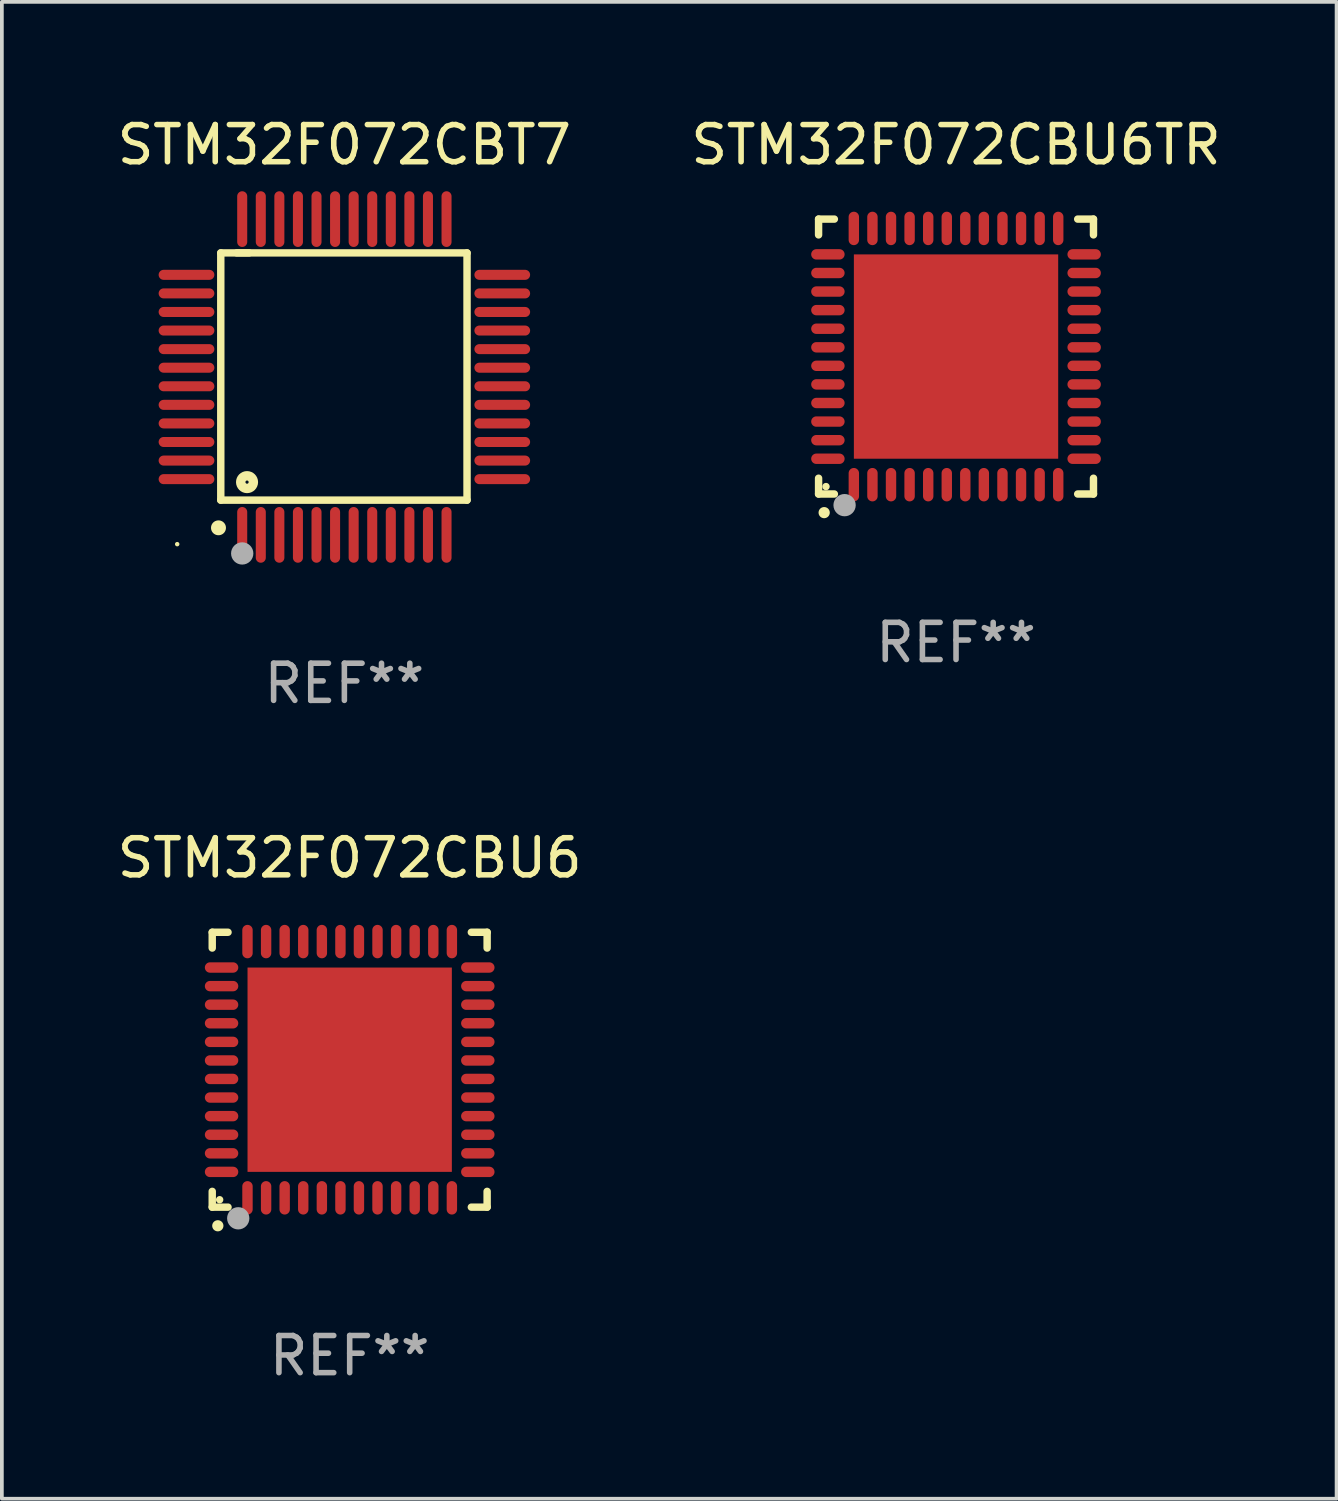
<source format=kicad_pcb>
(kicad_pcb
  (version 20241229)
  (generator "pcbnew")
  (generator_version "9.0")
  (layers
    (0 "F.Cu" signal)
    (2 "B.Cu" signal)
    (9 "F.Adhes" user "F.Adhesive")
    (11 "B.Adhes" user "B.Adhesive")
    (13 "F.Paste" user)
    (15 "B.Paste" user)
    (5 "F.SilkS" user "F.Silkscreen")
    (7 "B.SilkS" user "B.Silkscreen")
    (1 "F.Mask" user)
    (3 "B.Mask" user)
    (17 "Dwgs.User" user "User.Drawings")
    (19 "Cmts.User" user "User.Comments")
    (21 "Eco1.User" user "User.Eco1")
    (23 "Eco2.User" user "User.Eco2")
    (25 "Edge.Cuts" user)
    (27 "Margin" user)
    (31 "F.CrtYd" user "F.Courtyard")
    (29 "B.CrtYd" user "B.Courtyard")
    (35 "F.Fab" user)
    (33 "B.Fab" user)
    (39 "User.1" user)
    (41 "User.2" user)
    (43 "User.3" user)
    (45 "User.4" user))
  (footprint "STM32F072CBT7"
    (layer "F.Cu")
    (at 6.22 7.098)
    (property "Reference" "STM32F072CBT7" (at 0 -6.25 0) (layer "F.SilkS") (effects (font (size 1 1) (thickness 0.15))))
    (attr through_hole)
    (fp_line (start -3.327 -3.34) (end -2.565 -3.34) (stroke (width 0.2) (type solid)) (layer "F.SilkS"))
    (fp_line (start -3.327 3.315) (end -3.327 -3.34) (stroke (width 0.2) (type solid)) (layer "F.SilkS"))
    (fp_line (start -2.896 -3.34) (end 3.302 -3.34) (stroke (width 0.2) (type solid)) (layer "F.SilkS"))
    (fp_line (start 3.302 -3.34) (end 3.302 3.315) (stroke (width 0.2) (type solid)) (layer "F.SilkS"))
    (fp_line (start 3.302 3.315) (end -3.327 3.315) (stroke (width 0.2) (type solid)) (layer "F.SilkS"))
    (fp_arc (start -3.389992 4.059995) (mid -3.388722 4.059991) (end -3.387452 4.059995) (stroke (width 0.4) (type solid)) (layer "F.SilkS"))
    (fp_circle (center -4.5 4.5) (end -4.47 4.5) (stroke (width 0.06) (type solid)) (fill no) (layer "F.SilkS"))
    (fp_circle (center -2.62 2.83) (end -2.45 2.83) (stroke (width 0.254) (type solid)) (fill no) (layer "F.SilkS"))
    (fp_circle (center -2.75 4.75) (end -2.6 4.75) (stroke (width 0.3) (type solid)) (fill no) (layer "F.Fab"))
    (fp_text user "REF**" (at 0 8.25 0) (layer "F.Fab") (effects (font (size 1 1) (thickness 0.15))))
    (pad "1" smd oval (at -2.75 4.25) (size 0.27 1.5) (layers "F.Cu" "F.Mask" "F.Paste"))
    (pad "2" smd oval (at -2.25 4.25) (size 0.27 1.5) (layers "F.Cu" "F.Mask" "F.Paste"))
    (pad "3" smd oval (at -1.75 4.25) (size 0.27 1.5) (layers "F.Cu" "F.Mask" "F.Paste"))
    (pad "4" smd oval (at -1.25 4.25) (size 0.27 1.5) (layers "F.Cu" "F.Mask" "F.Paste"))
    (pad "5" smd oval (at -0.75 4.25) (size 0.27 1.5) (layers "F.Cu" "F.Mask" "F.Paste"))
    (pad "6" smd oval (at -0.25 4.25) (size 0.27 1.5) (layers "F.Cu" "F.Mask" "F.Paste"))
    (pad "7" smd oval (at 0.25 4.25) (size 0.27 1.5) (layers "F.Cu" "F.Mask" "F.Paste"))
    (pad "8" smd oval (at 0.75 4.25) (size 0.27 1.5) (layers "F.Cu" "F.Mask" "F.Paste"))
    (pad "9" smd oval (at 1.25 4.25) (size 0.27 1.5) (layers "F.Cu" "F.Mask" "F.Paste"))
    (pad "10" smd oval (at 1.75 4.25) (size 0.27 1.5) (layers "F.Cu" "F.Mask" "F.Paste"))
    (pad "11" smd oval (at 2.25 4.25) (size 0.27 1.5) (layers "F.Cu" "F.Mask" "F.Paste"))
    (pad "12" smd oval (at 2.75 4.25) (size 0.27 1.5) (layers "F.Cu" "F.Mask" "F.Paste"))
    (pad "13" smd oval (at 4.25 2.75) (size 1.5 0.27) (layers "F.Cu" "F.Mask" "F.Paste"))
    (pad "14" smd oval (at 4.25 2.25) (size 1.5 0.27) (layers "F.Cu" "F.Mask" "F.Paste"))
    (pad "15" smd oval (at 4.25 1.75) (size 1.5 0.27) (layers "F.Cu" "F.Mask" "F.Paste"))
    (pad "16" smd oval (at 4.25 1.25) (size 1.5 0.27) (layers "F.Cu" "F.Mask" "F.Paste"))
    (pad "17" smd oval (at 4.25 0.75) (size 1.5 0.27) (layers "F.Cu" "F.Mask" "F.Paste"))
    (pad "18" smd oval (at 4.25 0.25) (size 1.5 0.27) (layers "F.Cu" "F.Mask" "F.Paste"))
    (pad "19" smd oval (at 4.25 -0.25) (size 1.5 0.27) (layers "F.Cu" "F.Mask" "F.Paste"))
    (pad "20" smd oval (at 4.25 -0.75) (size 1.5 0.27) (layers "F.Cu" "F.Mask" "F.Paste"))
    (pad "21" smd oval (at 4.25 -1.25) (size 1.5 0.27) (layers "F.Cu" "F.Mask" "F.Paste"))
    (pad "22" smd oval (at 4.25 -1.75) (size 1.5 0.27) (layers "F.Cu" "F.Mask" "F.Paste"))
    (pad "23" smd oval (at 4.25 -2.25) (size 1.5 0.27) (layers "F.Cu" "F.Mask" "F.Paste"))
    (pad "24" smd oval (at 4.25 -2.75) (size 1.5 0.27) (layers "F.Cu" "F.Mask" "F.Paste"))
    (pad "25" smd oval (at 2.75 -4.25) (size 0.27 1.5) (layers "F.Cu" "F.Mask" "F.Paste"))
    (pad "26" smd oval (at 2.25 -4.25) (size 0.27 1.5) (layers "F.Cu" "F.Mask" "F.Paste"))
    (pad "27" smd oval (at 1.75 -4.25) (size 0.27 1.5) (layers "F.Cu" "F.Mask" "F.Paste"))
    (pad "28" smd oval (at 1.25 -4.25) (size 0.27 1.5) (layers "F.Cu" "F.Mask" "F.Paste"))
    (pad "29" smd oval (at 0.75 -4.25) (size 0.27 1.5) (layers "F.Cu" "F.Mask" "F.Paste"))
    (pad "30" smd oval (at 0.25 -4.25) (size 0.27 1.5) (layers "F.Cu" "F.Mask" "F.Paste"))
    (pad "31" smd oval (at -0.25 -4.25) (size 0.27 1.5) (layers "F.Cu" "F.Mask" "F.Paste"))
    (pad "32" smd oval (at -0.75 -4.25) (size 0.27 1.5) (layers "F.Cu" "F.Mask" "F.Paste"))
    (pad "33" smd oval (at -1.25 -4.25) (size 0.27 1.5) (layers "F.Cu" "F.Mask" "F.Paste"))
    (pad "34" smd oval (at -1.75 -4.25) (size 0.27 1.5) (layers "F.Cu" "F.Mask" "F.Paste"))
    (pad "35" smd oval (at -2.25 -4.25) (size 0.27 1.5) (layers "F.Cu" "F.Mask" "F.Paste"))
    (pad "36" smd oval (at -2.75 -4.25) (size 0.27 1.5) (layers "F.Cu" "F.Mask" "F.Paste"))
    (pad "37" smd oval (at -4.25 -2.75) (size 1.5 0.27) (layers "F.Cu" "F.Mask" "F.Paste"))
    (pad "38" smd oval (at -4.25 -2.25) (size 1.5 0.27) (layers "F.Cu" "F.Mask" "F.Paste"))
    (pad "39" smd oval (at -4.25 -1.75) (size 1.5 0.27) (layers "F.Cu" "F.Mask" "F.Paste"))
    (pad "40" smd oval (at -4.25 -1.25) (size 1.5 0.27) (layers "F.Cu" "F.Mask" "F.Paste"))
    (pad "41" smd oval (at -4.25 -0.75) (size 1.5 0.27) (layers "F.Cu" "F.Mask" "F.Paste"))
    (pad "42" smd oval (at -4.25 -0.25) (size 1.5 0.27) (layers "F.Cu" "F.Mask" "F.Paste"))
    (pad "43" smd oval (at -4.25 0.25) (size 1.5 0.27) (layers "F.Cu" "F.Mask" "F.Paste"))
    (pad "44" smd oval (at -4.25 0.75) (size 1.5 0.27) (layers "F.Cu" "F.Mask" "F.Paste"))
    (pad "45" smd oval (at -4.25 1.25) (size 1.5 0.27) (layers "F.Cu" "F.Mask" "F.Paste"))
    (pad "46" smd oval (at -4.25 1.75) (size 1.5 0.27) (layers "F.Cu" "F.Mask" "F.Paste"))
    (pad "47" smd oval (at -4.25 2.25) (size 1.5 0.27) (layers "F.Cu" "F.Mask" "F.Paste"))
    (pad "48" smd oval (at -4.25 2.75) (size 1.5 0.27) (layers "F.Cu" "F.Mask" "F.Paste")))
  (footprint "STM32F072CBU6"
    (layer "F.Cu")
    (at 6.363 25.745)
    (property "Reference" "STM32F072CBU6" (at 0 -5.7 0) (layer "F.SilkS") (effects (font (size 1 1) (thickness 0.15))))
    (attr through_hole)
    (fp_line (start -3.7 -3.7) (end -3.275 -3.7) (stroke (width 0.2) (type solid)) (layer "F.SilkS"))
    (fp_line (start -3.7 -3.275) (end -3.7 -3.7) (stroke (width 0.2) (type solid)) (layer "F.SilkS"))
    (fp_line (start -3.7 3.7) (end -3.7 3.275) (stroke (width 0.2) (type solid)) (layer "F.SilkS"))
    (fp_line (start -3.275 3.7) (end -3.7 3.7) (stroke (width 0.2) (type solid)) (layer "F.SilkS"))
    (fp_line (start 3.7 -3.7) (end 3.275 -3.7) (stroke (width 0.2) (type solid)) (layer "F.SilkS"))
    (fp_line (start 3.7 -3.275) (end 3.7 -3.7) (stroke (width 0.2) (type solid)) (layer "F.SilkS"))
    (fp_line (start 3.7 3.275) (end 3.7 3.7) (stroke (width 0.2) (type solid)) (layer "F.SilkS"))
    (fp_line (start 3.7 3.7) (end 3.275 3.7) (stroke (width 0.2) (type solid)) (layer "F.SilkS"))
    (fp_arc (start -3.550927 4.201168) (mid -3.549657 4.201163) (end -3.548387 4.201168) (stroke (width 0.3) (type solid)) (layer "F.SilkS"))
    (fp_circle (center -3.5 3.5) (end -3.45 3.5) (stroke (width 0.1) (type solid)) (fill no) (layer "F.SilkS"))
    (fp_circle (center -3 4) (end -2.85 4) (stroke (width 0.3) (type solid)) (fill no) (layer "F.Fab"))
    (fp_text user "REF**" (at 0 7.7 0) (layer "F.Fab") (effects (font (size 1 1) (thickness 0.15))))
    (pad "1" smd oval (at -2.751 3.449) (size 0.28 0.9) (layers "F.Cu" "F.Mask" "F.Paste"))
    (pad "2" smd oval (at -2.25 3.449) (size 0.28 0.9) (layers "F.Cu" "F.Mask" "F.Paste"))
    (pad "3" smd oval (at -1.75 3.449) (size 0.28 0.9) (layers "F.Cu" "F.Mask" "F.Paste"))
    (pad "4" smd oval (at -1.25 3.449) (size 0.28 0.9) (layers "F.Cu" "F.Mask" "F.Paste"))
    (pad "5" smd oval (at -0.749 3.449) (size 0.28 0.9) (layers "F.Cu" "F.Mask" "F.Paste"))
    (pad "6" smd oval (at -0.249 3.449) (size 0.28 0.9) (layers "F.Cu" "F.Mask" "F.Paste"))
    (pad "7" smd oval (at 0.249 3.449) (size 0.28 0.9) (layers "F.Cu" "F.Mask" "F.Paste"))
    (pad "8" smd oval (at 0.749 3.449) (size 0.28 0.9) (layers "F.Cu" "F.Mask" "F.Paste"))
    (pad "9" smd oval (at 1.25 3.449) (size 0.28 0.9) (layers "F.Cu" "F.Mask" "F.Paste"))
    (pad "10" smd oval (at 1.75 3.449) (size 0.28 0.9) (layers "F.Cu" "F.Mask" "F.Paste"))
    (pad "11" smd oval (at 2.251 3.449) (size 0.28 0.9) (layers "F.Cu" "F.Mask" "F.Paste"))
    (pad "12" smd oval (at 2.751 3.449) (size 0.28 0.9) (layers "F.Cu" "F.Mask" "F.Paste"))
    (pad "13" smd oval (at 3.449 2.751) (size 0.9 0.28) (layers "F.Cu" "F.Mask" "F.Paste"))
    (pad "14" smd oval (at 3.449 2.251) (size 0.9 0.28) (layers "F.Cu" "F.Mask" "F.Paste"))
    (pad "15" smd oval (at 3.449 1.75) (size 0.9 0.28) (layers "F.Cu" "F.Mask" "F.Paste"))
    (pad "16" smd oval (at 3.449 1.25) (size 0.9 0.28) (layers "F.Cu" "F.Mask" "F.Paste"))
    (pad "17" smd oval (at 3.449 0.749) (size 0.9 0.28) (layers "F.Cu" "F.Mask" "F.Paste"))
    (pad "18" smd oval (at 3.449 0.249) (size 0.9 0.28) (layers "F.Cu" "F.Mask" "F.Paste"))
    (pad "19" smd oval (at 3.449 -0.249) (size 0.9 0.28) (layers "F.Cu" "F.Mask" "F.Paste"))
    (pad "20" smd oval (at 3.449 -0.749) (size 0.9 0.28) (layers "F.Cu" "F.Mask" "F.Paste"))
    (pad "21" smd oval (at 3.449 -1.25) (size 0.9 0.28) (layers "F.Cu" "F.Mask" "F.Paste"))
    (pad "22" smd oval (at 3.449 -1.75) (size 0.9 0.28) (layers "F.Cu" "F.Mask" "F.Paste"))
    (pad "23" smd oval (at 3.449 -2.25) (size 0.9 0.28) (layers "F.Cu" "F.Mask" "F.Paste"))
    (pad "24" smd oval (at 3.449 -2.751) (size 0.9 0.28) (layers "F.Cu" "F.Mask" "F.Paste"))
    (pad "25" smd oval (at 2.751 -3.449) (size 0.28 0.9) (layers "F.Cu" "F.Mask" "F.Paste"))
    (pad "26" smd oval (at 2.251 -3.449) (size 0.28 0.9) (layers "F.Cu" "F.Mask" "F.Paste"))
    (pad "27" smd oval (at 1.75 -3.449) (size 0.28 0.9) (layers "F.Cu" "F.Mask" "F.Paste"))
    (pad "28" smd oval (at 1.25 -3.449) (size 0.28 0.9) (layers "F.Cu" "F.Mask" "F.Paste"))
    (pad "29" smd oval (at 0.749 -3.449) (size 0.28 0.9) (layers "F.Cu" "F.Mask" "F.Paste"))
    (pad "30" smd oval (at 0.249 -3.449) (size 0.28 0.9) (layers "F.Cu" "F.Mask" "F.Paste"))
    (pad "31" smd oval (at -0.249 -3.449) (size 0.28 0.9) (layers "F.Cu" "F.Mask" "F.Paste"))
    (pad "32" smd oval (at -0.749 -3.449) (size 0.28 0.9) (layers "F.Cu" "F.Mask" "F.Paste"))
    (pad "33" smd oval (at -1.25 -3.449) (size 0.28 0.9) (layers "F.Cu" "F.Mask" "F.Paste"))
    (pad "34" smd oval (at -1.75 -3.449) (size 0.28 0.9) (layers "F.Cu" "F.Mask" "F.Paste"))
    (pad "35" smd oval (at -2.25 -3.449) (size 0.28 0.9) (layers "F.Cu" "F.Mask" "F.Paste"))
    (pad "36" smd oval (at -2.751 -3.449) (size 0.28 0.9) (layers "F.Cu" "F.Mask" "F.Paste"))
    (pad "37" smd oval (at -3.449 -2.751) (size 0.9 0.28) (layers "F.Cu" "F.Mask" "F.Paste"))
    (pad "38" smd oval (at -3.449 -2.25) (size 0.9 0.28) (layers "F.Cu" "F.Mask" "F.Paste"))
    (pad "39" smd oval (at -3.449 -1.75) (size 0.9 0.28) (layers "F.Cu" "F.Mask" "F.Paste"))
    (pad "40" smd oval (at -3.449 -1.25) (size 0.9 0.28) (layers "F.Cu" "F.Mask" "F.Paste"))
    (pad "41" smd oval (at -3.449 -0.749) (size 0.9 0.28) (layers "F.Cu" "F.Mask" "F.Paste"))
    (pad "42" smd oval (at -3.449 -0.249) (size 0.9 0.28) (layers "F.Cu" "F.Mask" "F.Paste"))
    (pad "43" smd oval (at -3.449 0.249) (size 0.9 0.28) (layers "F.Cu" "F.Mask" "F.Paste"))
    (pad "44" smd oval (at -3.449 0.749) (size 0.9 0.28) (layers "F.Cu" "F.Mask" "F.Paste"))
    (pad "45" smd oval (at -3.449 1.25) (size 0.9 0.28) (layers "F.Cu" "F.Mask" "F.Paste"))
    (pad "46" smd oval (at -3.449 1.75) (size 0.9 0.28) (layers "F.Cu" "F.Mask" "F.Paste"))
    (pad "47" smd oval (at -3.449 2.251) (size 0.9 0.28) (layers "F.Cu" "F.Mask" "F.Paste"))
    (pad "48" smd oval (at -3.449 2.751) (size 0.9 0.28) (layers "F.Cu" "F.Mask" "F.Paste"))
    (pad "49" smd rect (at 0.000076 0.000076) (size 5.5 5.5) (layers "F.Cu" "F.Mask" "F.Paste")))
  (footprint "STM32F072CBU6TR"
    (layer "F.Cu")
    (at 22.685 6.548)
    (property "Reference" "STM32F072CBU6TR" (at 0 -5.7 0) (layer "F.SilkS") (effects (font (size 1 1) (thickness 0.15))))
    (attr through_hole)
    (fp_line (start -3.7 -3.7) (end -3.275 -3.7) (stroke (width 0.2) (type solid)) (layer "F.SilkS"))
    (fp_line (start -3.7 -3.275) (end -3.7 -3.7) (stroke (width 0.2) (type solid)) (layer "F.SilkS"))
    (fp_line (start -3.7 3.7) (end -3.7 3.275) (stroke (width 0.2) (type solid)) (layer "F.SilkS"))
    (fp_line (start -3.275 3.7) (end -3.7 3.7) (stroke (width 0.2) (type solid)) (layer "F.SilkS"))
    (fp_line (start 3.7 -3.7) (end 3.275 -3.7) (stroke (width 0.2) (type solid)) (layer "F.SilkS"))
    (fp_line (start 3.7 -3.275) (end 3.7 -3.7) (stroke (width 0.2) (type solid)) (layer "F.SilkS"))
    (fp_line (start 3.7 3.275) (end 3.7 3.7) (stroke (width 0.2) (type solid)) (layer "F.SilkS"))
    (fp_line (start 3.7 3.7) (end 3.275 3.7) (stroke (width 0.2) (type solid)) (layer "F.SilkS"))
    (fp_arc (start -3.550927 4.201168) (mid -3.549657 4.201163) (end -3.548387 4.201168) (stroke (width 0.3) (type solid)) (layer "F.SilkS"))
    (fp_circle (center -3.5 3.5) (end -3.45 3.5) (stroke (width 0.1) (type solid)) (fill no) (layer "F.SilkS"))
    (fp_circle (center -3 4) (end -2.85 4) (stroke (width 0.3) (type solid)) (fill no) (layer "F.Fab"))
    (fp_text user "REF**" (at 0 7.7 0) (layer "F.Fab") (effects (font (size 1 1) (thickness 0.15))))
    (pad "1" smd oval (at -2.751 3.449) (size 0.28 0.9) (layers "F.Cu" "F.Mask" "F.Paste"))
    (pad "2" smd oval (at -2.25 3.449) (size 0.28 0.9) (layers "F.Cu" "F.Mask" "F.Paste"))
    (pad "3" smd oval (at -1.75 3.449) (size 0.28 0.9) (layers "F.Cu" "F.Mask" "F.Paste"))
    (pad "4" smd oval (at -1.25 3.449) (size 0.28 0.9) (layers "F.Cu" "F.Mask" "F.Paste"))
    (pad "5" smd oval (at -0.749 3.449) (size 0.28 0.9) (layers "F.Cu" "F.Mask" "F.Paste"))
    (pad "6" smd oval (at -0.249 3.449) (size 0.28 0.9) (layers "F.Cu" "F.Mask" "F.Paste"))
    (pad "7" smd oval (at 0.249 3.449) (size 0.28 0.9) (layers "F.Cu" "F.Mask" "F.Paste"))
    (pad "8" smd oval (at 0.749 3.449) (size 0.28 0.9) (layers "F.Cu" "F.Mask" "F.Paste"))
    (pad "9" smd oval (at 1.25 3.449) (size 0.28 0.9) (layers "F.Cu" "F.Mask" "F.Paste"))
    (pad "10" smd oval (at 1.75 3.449) (size 0.28 0.9) (layers "F.Cu" "F.Mask" "F.Paste"))
    (pad "11" smd oval (at 2.251 3.449) (size 0.28 0.9) (layers "F.Cu" "F.Mask" "F.Paste"))
    (pad "12" smd oval (at 2.751 3.449) (size 0.28 0.9) (layers "F.Cu" "F.Mask" "F.Paste"))
    (pad "13" smd oval (at 3.449 2.751) (size 0.9 0.28) (layers "F.Cu" "F.Mask" "F.Paste"))
    (pad "14" smd oval (at 3.449 2.251) (size 0.9 0.28) (layers "F.Cu" "F.Mask" "F.Paste"))
    (pad "15" smd oval (at 3.449 1.75) (size 0.9 0.28) (layers "F.Cu" "F.Mask" "F.Paste"))
    (pad "16" smd oval (at 3.449 1.25) (size 0.9 0.28) (layers "F.Cu" "F.Mask" "F.Paste"))
    (pad "17" smd oval (at 3.449 0.749) (size 0.9 0.28) (layers "F.Cu" "F.Mask" "F.Paste"))
    (pad "18" smd oval (at 3.449 0.249) (size 0.9 0.28) (layers "F.Cu" "F.Mask" "F.Paste"))
    (pad "19" smd oval (at 3.449 -0.249) (size 0.9 0.28) (layers "F.Cu" "F.Mask" "F.Paste"))
    (pad "20" smd oval (at 3.449 -0.749) (size 0.9 0.28) (layers "F.Cu" "F.Mask" "F.Paste"))
    (pad "21" smd oval (at 3.449 -1.25) (size 0.9 0.28) (layers "F.Cu" "F.Mask" "F.Paste"))
    (pad "22" smd oval (at 3.449 -1.75) (size 0.9 0.28) (layers "F.Cu" "F.Mask" "F.Paste"))
    (pad "23" smd oval (at 3.449 -2.25) (size 0.9 0.28) (layers "F.Cu" "F.Mask" "F.Paste"))
    (pad "24" smd oval (at 3.449 -2.751) (size 0.9 0.28) (layers "F.Cu" "F.Mask" "F.Paste"))
    (pad "25" smd oval (at 2.751 -3.449) (size 0.28 0.9) (layers "F.Cu" "F.Mask" "F.Paste"))
    (pad "26" smd oval (at 2.251 -3.449) (size 0.28 0.9) (layers "F.Cu" "F.Mask" "F.Paste"))
    (pad "27" smd oval (at 1.75 -3.449) (size 0.28 0.9) (layers "F.Cu" "F.Mask" "F.Paste"))
    (pad "28" smd oval (at 1.25 -3.449) (size 0.28 0.9) (layers "F.Cu" "F.Mask" "F.Paste"))
    (pad "29" smd oval (at 0.749 -3.449) (size 0.28 0.9) (layers "F.Cu" "F.Mask" "F.Paste"))
    (pad "30" smd oval (at 0.249 -3.449) (size 0.28 0.9) (layers "F.Cu" "F.Mask" "F.Paste"))
    (pad "31" smd oval (at -0.249 -3.449) (size 0.28 0.9) (layers "F.Cu" "F.Mask" "F.Paste"))
    (pad "32" smd oval (at -0.749 -3.449) (size 0.28 0.9) (layers "F.Cu" "F.Mask" "F.Paste"))
    (pad "33" smd oval (at -1.25 -3.449) (size 0.28 0.9) (layers "F.Cu" "F.Mask" "F.Paste"))
    (pad "34" smd oval (at -1.75 -3.449) (size 0.28 0.9) (layers "F.Cu" "F.Mask" "F.Paste"))
    (pad "35" smd oval (at -2.25 -3.449) (size 0.28 0.9) (layers "F.Cu" "F.Mask" "F.Paste"))
    (pad "36" smd oval (at -2.751 -3.449) (size 0.28 0.9) (layers "F.Cu" "F.Mask" "F.Paste"))
    (pad "37" smd oval (at -3.449 -2.751) (size 0.9 0.28) (layers "F.Cu" "F.Mask" "F.Paste"))
    (pad "38" smd oval (at -3.449 -2.25) (size 0.9 0.28) (layers "F.Cu" "F.Mask" "F.Paste"))
    (pad "39" smd oval (at -3.449 -1.75) (size 0.9 0.28) (layers "F.Cu" "F.Mask" "F.Paste"))
    (pad "40" smd oval (at -3.449 -1.25) (size 0.9 0.28) (layers "F.Cu" "F.Mask" "F.Paste"))
    (pad "41" smd oval (at -3.449 -0.749) (size 0.9 0.28) (layers "F.Cu" "F.Mask" "F.Paste"))
    (pad "42" smd oval (at -3.449 -0.249) (size 0.9 0.28) (layers "F.Cu" "F.Mask" "F.Paste"))
    (pad "43" smd oval (at -3.449 0.249) (size 0.9 0.28) (layers "F.Cu" "F.Mask" "F.Paste"))
    (pad "44" smd oval (at -3.449 0.749) (size 0.9 0.28) (layers "F.Cu" "F.Mask" "F.Paste"))
    (pad "45" smd oval (at -3.449 1.25) (size 0.9 0.28) (layers "F.Cu" "F.Mask" "F.Paste"))
    (pad "46" smd oval (at -3.449 1.75) (size 0.9 0.28) (layers "F.Cu" "F.Mask" "F.Paste"))
    (pad "47" smd oval (at -3.449 2.251) (size 0.9 0.28) (layers "F.Cu" "F.Mask" "F.Paste"))
    (pad "48" smd oval (at -3.449 2.751) (size 0.9 0.28) (layers "F.Cu" "F.Mask" "F.Paste"))
    (pad "49" smd rect (at 0.000076 0.000076) (size 5.5 5.5) (layers "F.Cu" "F.Mask" "F.Paste")))
  (gr_rect
    (start -3 -3)
    (end 32.929 37.293)
    (stroke (width 0.1) (type default))
    (fill no)
    (layer "Edge.Cuts")))
</source>
